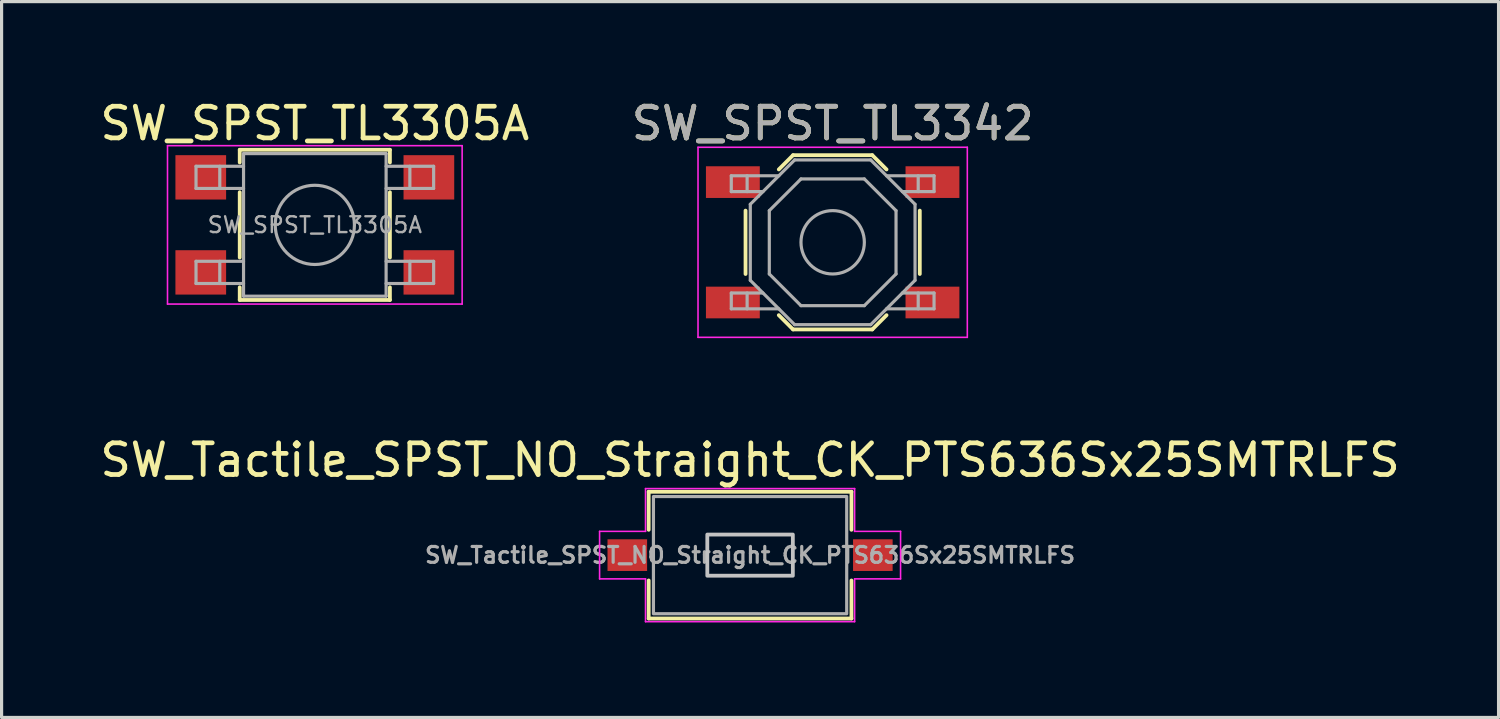
<source format=kicad_pcb>
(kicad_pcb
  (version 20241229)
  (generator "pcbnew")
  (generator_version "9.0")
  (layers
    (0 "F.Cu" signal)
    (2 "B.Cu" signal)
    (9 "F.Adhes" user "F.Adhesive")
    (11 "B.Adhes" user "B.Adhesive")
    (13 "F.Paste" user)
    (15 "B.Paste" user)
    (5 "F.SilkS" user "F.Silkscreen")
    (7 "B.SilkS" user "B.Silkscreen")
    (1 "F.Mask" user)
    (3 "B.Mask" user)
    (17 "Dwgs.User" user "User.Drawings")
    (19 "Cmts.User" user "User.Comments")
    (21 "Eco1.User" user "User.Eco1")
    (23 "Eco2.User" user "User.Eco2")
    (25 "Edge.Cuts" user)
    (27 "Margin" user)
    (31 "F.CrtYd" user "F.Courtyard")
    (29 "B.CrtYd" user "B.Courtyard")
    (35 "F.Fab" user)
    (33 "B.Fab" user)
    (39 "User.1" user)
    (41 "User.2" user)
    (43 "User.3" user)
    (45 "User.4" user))
  (footprint "SW_SPST_TL3342"
    (layer "F.Cu")
    (at 23.232 4.598)
    (property "Reference" "SW_SPST_TL3342" (at 0 -3.75 0) (layer "F.SilkS") (effects (font (size 1 1) (thickness 0.15))))
    (attr smd)
    (fp_line (start -2.75 -1) (end -2.75 1) (stroke (width 0.12) (type solid)) (layer "F.SilkS"))
    (fp_line (start -1.7 -2.3) (end -1.25 -2.75) (stroke (width 0.12) (type solid)) (layer "F.SilkS"))
    (fp_line (start -1.7 2.3) (end -1.25 2.75) (stroke (width 0.12) (type solid)) (layer "F.SilkS"))
    (fp_line (start -1.25 -2.75) (end 1.25 -2.75) (stroke (width 0.12) (type solid)) (layer "F.SilkS"))
    (fp_line (start -1.25 2.75) (end 1.25 2.75) (stroke (width 0.12) (type solid)) (layer "F.SilkS"))
    (fp_line (start 1.7 -2.3) (end 1.25 -2.75) (stroke (width 0.12) (type solid)) (layer "F.SilkS"))
    (fp_line (start 1.7 2.3) (end 1.25 2.75) (stroke (width 0.12) (type solid)) (layer "F.SilkS"))
    (fp_line (start 2.75 -1) (end 2.75 1) (stroke (width 0.12) (type solid)) (layer "F.SilkS"))
    (fp_line (start -4.25 -3) (end 4.25 -3) (stroke (width 0.05) (type solid)) (layer "F.CrtYd"))
    (fp_line (start -4.25 3) (end -4.25 -3) (stroke (width 0.05) (type solid)) (layer "F.CrtYd"))
    (fp_line (start 4.25 -3) (end 4.25 3) (stroke (width 0.05) (type solid)) (layer "F.CrtYd"))
    (fp_line (start 4.25 3) (end -4.25 3) (stroke (width 0.05) (type solid)) (layer "F.CrtYd"))
    (fp_line (start -3.2 -2.1) (end -3.2 -1.6) (stroke (width 0.1) (type solid)) (layer "F.Fab"))
    (fp_line (start -3.2 -1.6) (end -2.2 -1.6) (stroke (width 0.1) (type solid)) (layer "F.Fab"))
    (fp_line (start -3.2 1.6) (end -2.2 1.6) (stroke (width 0.1) (type solid)) (layer "F.Fab"))
    (fp_line (start -3.2 2.1) (end -3.2 1.6) (stroke (width 0.1) (type solid)) (layer "F.Fab"))
    (fp_line (start -2.7 -2.1) (end -2.7 -1.6) (stroke (width 0.1) (type solid)) (layer "F.Fab"))
    (fp_line (start -2.7 2.1) (end -2.7 1.6) (stroke (width 0.1) (type solid)) (layer "F.Fab"))
    (fp_line (start -2.6 -1.2) (end -2.6 1.2) (stroke (width 0.1) (type solid)) (layer "F.Fab"))
    (fp_line (start -2.6 1.2) (end -1.2 2.6) (stroke (width 0.1) (type solid)) (layer "F.Fab"))
    (fp_line (start -2 -1) (end -1 -2) (stroke (width 0.1) (type solid)) (layer "F.Fab"))
    (fp_line (start -2 1) (end -2 -1) (stroke (width 0.1) (type solid)) (layer "F.Fab"))
    (fp_line (start -1.7 -2.1) (end -3.2 -2.1) (stroke (width 0.1) (type solid)) (layer "F.Fab"))
    (fp_line (start -1.7 2.1) (end -3.2 2.1) (stroke (width 0.1) (type solid)) (layer "F.Fab"))
    (fp_line (start -1.2 -2.6) (end -2.6 -1.2) (stroke (width 0.1) (type solid)) (layer "F.Fab"))
    (fp_line (start -1.2 2.6) (end 1.2 2.6) (stroke (width 0.1) (type solid)) (layer "F.Fab"))
    (fp_line (start -1 -2) (end 1 -2) (stroke (width 0.1) (type solid)) (layer "F.Fab"))
    (fp_line (start -1 2) (end -2 1) (stroke (width 0.1) (type solid)) (layer "F.Fab"))
    (fp_line (start 1 -2) (end 2 -1) (stroke (width 0.1) (type solid)) (layer "F.Fab"))
    (fp_line (start 1 2) (end -1 2) (stroke (width 0.1) (type solid)) (layer "F.Fab"))
    (fp_line (start 1.2 -2.6) (end -1.2 -2.6) (stroke (width 0.1) (type solid)) (layer "F.Fab"))
    (fp_line (start 1.2 2.6) (end 2.6 1.2) (stroke (width 0.1) (type solid)) (layer "F.Fab"))
    (fp_line (start 1.7 -2.1) (end 3.2 -2.1) (stroke (width 0.1) (type solid)) (layer "F.Fab"))
    (fp_line (start 1.7 2.1) (end 3.2 2.1) (stroke (width 0.1) (type solid)) (layer "F.Fab"))
    (fp_line (start 2 -1) (end 2 1) (stroke (width 0.1) (type solid)) (layer "F.Fab"))
    (fp_line (start 2 1) (end 1 2) (stroke (width 0.1) (type solid)) (layer "F.Fab"))
    (fp_line (start 2.6 -1.2) (end 1.2 -2.6) (stroke (width 0.1) (type solid)) (layer "F.Fab"))
    (fp_line (start 2.6 1.2) (end 2.6 -1.2) (stroke (width 0.1) (type solid)) (layer "F.Fab"))
    (fp_line (start 2.7 -2.1) (end 2.7 -1.6) (stroke (width 0.1) (type solid)) (layer "F.Fab"))
    (fp_line (start 2.7 2.1) (end 2.7 1.6) (stroke (width 0.1) (type solid)) (layer "F.Fab"))
    (fp_line (start 3.2 -2.1) (end 3.2 -1.6) (stroke (width 0.1) (type solid)) (layer "F.Fab"))
    (fp_line (start 3.2 -1.6) (end 2.2 -1.6) (stroke (width 0.1) (type solid)) (layer "F.Fab"))
    (fp_line (start 3.2 1.6) (end 2.2 1.6) (stroke (width 0.1) (type solid)) (layer "F.Fab"))
    (fp_line (start 3.2 2.1) (end 3.2 1.6) (stroke (width 0.1) (type solid)) (layer "F.Fab"))
    (fp_circle (center 0 0) (end 1 0) (stroke (width 0.1) (type solid)) (fill no) (layer "F.Fab"))
    (fp_text user "${REFERENCE}" (at 0 -3.75 0) (layer "F.Fab") (effects (font (size 1 1) (thickness 0.15))))
    (pad "1" smd rect (at -3.15 -1.9) (size 1.7 1) (layers "F.Cu" "F.Mask" "F.Paste"))
    (pad "1" smd rect (at 3.15 -1.9) (size 1.7 1) (layers "F.Cu" "F.Mask" "F.Paste"))
    (pad "2" smd rect (at -3.15 1.9) (size 1.7 1) (layers "F.Cu" "F.Mask" "F.Paste"))
    (pad "2" smd rect (at 3.15 1.9) (size 1.7 1) (layers "F.Cu" "F.Mask" "F.Paste")))
  (footprint "SW_SPST_TL3305A"
    (layer "F.Cu")
    (at 6.887 4.048)
    (property "Reference" "SW_SPST_TL3305A" (at 0 -3.2 0) (layer "F.SilkS") (effects (font (size 1 1) (thickness 0.15))))
    (attr smd)
    (fp_line (start -2.37 -2.37) (end -2.37 -1.97) (stroke (width 0.12) (type solid)) (layer "F.SilkS"))
    (fp_line (start -2.37 -2.37) (end 2.37 -2.37) (stroke (width 0.12) (type solid)) (layer "F.SilkS"))
    (fp_line (start -2.37 1.03) (end -2.37 -1.03) (stroke (width 0.12) (type solid)) (layer "F.SilkS"))
    (fp_line (start -2.37 2.37) (end -2.37 1.97) (stroke (width 0.12) (type solid)) (layer "F.SilkS"))
    (fp_line (start -2.37 2.37) (end 2.37 2.37) (stroke (width 0.12) (type solid)) (layer "F.SilkS"))
    (fp_line (start 2.37 -2.37) (end 2.37 -1.97) (stroke (width 0.12) (type solid)) (layer "F.SilkS"))
    (fp_line (start 2.37 1.03) (end 2.37 -1.03) (stroke (width 0.12) (type solid)) (layer "F.SilkS"))
    (fp_line (start 2.37 2.37) (end 2.37 1.97) (stroke (width 0.12) (type solid)) (layer "F.SilkS"))
    (fp_line (start -4.65 -2.5) (end 4.65 -2.5) (stroke (width 0.05) (type solid)) (layer "F.CrtYd"))
    (fp_line (start -4.65 2.5) (end -4.65 -2.5) (stroke (width 0.05) (type solid)) (layer "F.CrtYd"))
    (fp_line (start 4.65 -2.5) (end 4.65 2.5) (stroke (width 0.05) (type solid)) (layer "F.CrtYd"))
    (fp_line (start 4.65 2.5) (end -4.65 2.5) (stroke (width 0.05) (type solid)) (layer "F.CrtYd"))
    (fp_line (start -3.75 -1.85) (end -3.75 -1.15) (stroke (width 0.1) (type solid)) (layer "F.Fab"))
    (fp_line (start -3.75 -1.15) (end -2.25 -1.15) (stroke (width 0.1) (type solid)) (layer "F.Fab"))
    (fp_line (start -3.75 1.15) (end -3.75 1.85) (stroke (width 0.1) (type solid)) (layer "F.Fab"))
    (fp_line (start -3.75 1.85) (end -2.25 1.85) (stroke (width 0.1) (type solid)) (layer "F.Fab"))
    (fp_line (start -3 -1.85) (end -3 -1.15) (stroke (width 0.1) (type solid)) (layer "F.Fab"))
    (fp_line (start -3 1.15) (end -3 1.85) (stroke (width 0.1) (type solid)) (layer "F.Fab"))
    (fp_line (start -2.25 -2.25) (end 2.25 -2.25) (stroke (width 0.1) (type solid)) (layer "F.Fab"))
    (fp_line (start -2.25 -1.85) (end -3.75 -1.85) (stroke (width 0.1) (type solid)) (layer "F.Fab"))
    (fp_line (start -2.25 1.15) (end -3.75 1.15) (stroke (width 0.1) (type solid)) (layer "F.Fab"))
    (fp_line (start -2.25 2.25) (end -2.25 -2.25) (stroke (width 0.1) (type solid)) (layer "F.Fab"))
    (fp_line (start 2.25 -2.25) (end 2.25 2.25) (stroke (width 0.1) (type solid)) (layer "F.Fab"))
    (fp_line (start 2.25 -1.15) (end 3.75 -1.15) (stroke (width 0.1) (type solid)) (layer "F.Fab"))
    (fp_line (start 2.25 1.15) (end 3.75 1.15) (stroke (width 0.1) (type solid)) (layer "F.Fab"))
    (fp_line (start 2.25 2.25) (end -2.25 2.25) (stroke (width 0.1) (type solid)) (layer "F.Fab"))
    (fp_line (start 3 -1.85) (end 3 -1.15) (stroke (width 0.1) (type solid)) (layer "F.Fab"))
    (fp_line (start 3 1.15) (end 3 1.85) (stroke (width 0.1) (type solid)) (layer "F.Fab"))
    (fp_line (start 3.75 -1.85) (end 2.25 -1.85) (stroke (width 0.1) (type solid)) (layer "F.Fab"))
    (fp_line (start 3.75 -1.15) (end 3.75 -1.85) (stroke (width 0.1) (type solid)) (layer "F.Fab"))
    (fp_line (start 3.75 1.15) (end 3.75 1.85) (stroke (width 0.1) (type solid)) (layer "F.Fab"))
    (fp_line (start 3.75 1.85) (end 2.25 1.85) (stroke (width 0.1) (type solid)) (layer "F.Fab"))
    (fp_circle (center 0 0) (end 1.25 0) (stroke (width 0.1) (type solid)) (fill no) (layer "F.Fab"))
    (fp_text user "${REFERENCE}" (at 0 0 0) (layer "F.Fab") (effects (font (size 0.5 0.5) (thickness 0.075))))
    (pad "1" smd rect (at -3.6 -1.5) (size 1.6 1.4) (layers "F.Cu" "F.Mask" "F.Paste"))
    (pad "1" smd rect (at 3.6 -1.5) (size 1.6 1.4) (layers "F.Cu" "F.Mask" "F.Paste"))
    (pad "2" smd rect (at -3.6 1.5) (size 1.6 1.4) (layers "F.Cu" "F.Mask" "F.Paste"))
    (pad "2" smd rect (at 3.6 1.5) (size 1.6 1.4) (layers "F.Cu" "F.Mask" "F.Paste")))
  (footprint "SW_Tactile_SPST_NO_Straight_CK_PTS636Sx25SMTRLFS"
    (layer "F.Cu")
    (at 20.625 14.472)
    (property "Reference" "SW_Tactile_SPST_NO_Straight_CK_PTS636Sx25SMTRLFS" (at 0 -3 0) (unlocked yes) (layer "F.SilkS") (effects (font (size 1 1) (thickness 0.15))))
    (attr smd)
    (fp_line (start -3.2 -2) (end -3.2 -0.8) (stroke (width 0.12) (type solid)) (layer "F.SilkS"))
    (fp_line (start -3.2 0.8) (end -3.2 2) (stroke (width 0.12) (type solid)) (layer "F.SilkS"))
    (fp_line (start -3.2 2) (end 3.2 2) (stroke (width 0.12) (type solid)) (layer "F.SilkS"))
    (fp_line (start 3.2 -2) (end -3.2 -2) (stroke (width 0.12) (type solid)) (layer "F.SilkS"))
    (fp_line (start 3.2 -0.8) (end 3.2 -2) (stroke (width 0.12) (type solid)) (layer "F.SilkS"))
    (fp_line (start 3.2 2) (end 3.2 0.8) (stroke (width 0.12) (type solid)) (layer "F.SilkS"))
    (fp_rect (start -1.35 -0.65) (end 1.35 0.65) (stroke (width 0.12) (type solid)) (fill no) (layer "Dwgs.User"))
    (fp_line (start -4.75 -0.75) (end -3.3 -0.75) (stroke (width 0.05) (type solid)) (layer "F.CrtYd"))
    (fp_line (start -4.75 0.75) (end -4.75 -0.75) (stroke (width 0.05) (type solid)) (layer "F.CrtYd"))
    (fp_line (start -3.3 -2.1) (end 3.3 -2.1) (stroke (width 0.05) (type solid)) (layer "F.CrtYd"))
    (fp_line (start -3.3 -0.75) (end -3.3 -2.1) (stroke (width 0.05) (type solid)) (layer "F.CrtYd"))
    (fp_line (start -3.3 0.75) (end -4.75 0.75) (stroke (width 0.05) (type solid)) (layer "F.CrtYd"))
    (fp_line (start -3.3 2.1) (end -3.3 0.75) (stroke (width 0.05) (type solid)) (layer "F.CrtYd"))
    (fp_line (start 3.3 -2.1) (end 3.3 -0.75) (stroke (width 0.05) (type solid)) (layer "F.CrtYd"))
    (fp_line (start 3.3 -0.75) (end 4.75 -0.75) (stroke (width 0.05) (type solid)) (layer "F.CrtYd"))
    (fp_line (start 3.3 0.75) (end 3.3 2.1) (stroke (width 0.05) (type solid)) (layer "F.CrtYd"))
    (fp_line (start 3.3 2.1) (end -3.3 2.1) (stroke (width 0.05) (type solid)) (layer "F.CrtYd"))
    (fp_line (start 4.75 -0.75) (end 4.75 0.75) (stroke (width 0.05) (type solid)) (layer "F.CrtYd"))
    (fp_line (start 4.75 0.75) (end 3.3 0.75) (stroke (width 0.05) (type solid)) (layer "F.CrtYd"))
    (fp_rect (start -3.05 -1.85) (end 3.05 1.85) (stroke (width 0.1) (type solid)) (fill no) (layer "F.Fab"))
    (fp_text user "${REFERENCE}" (at 0 0 0) (unlocked yes) (layer "F.Fab") (effects (font (size 0.5 0.5) (thickness 0.1))))
    (pad "1" smd rect (at -3.875 0) (size 1.25 1) (layers "F.Cu" "F.Mask" "F.Paste"))
    (pad "2" smd rect (at 3.875 0) (size 1.25 1) (layers "F.Cu" "F.Mask" "F.Paste")))
  (gr_rect
    (start -3 -3)
    (end 44.25 19.596)
    (stroke (width 0.1) (type default))
    (fill no)
    (layer "Edge.Cuts")))
</source>
